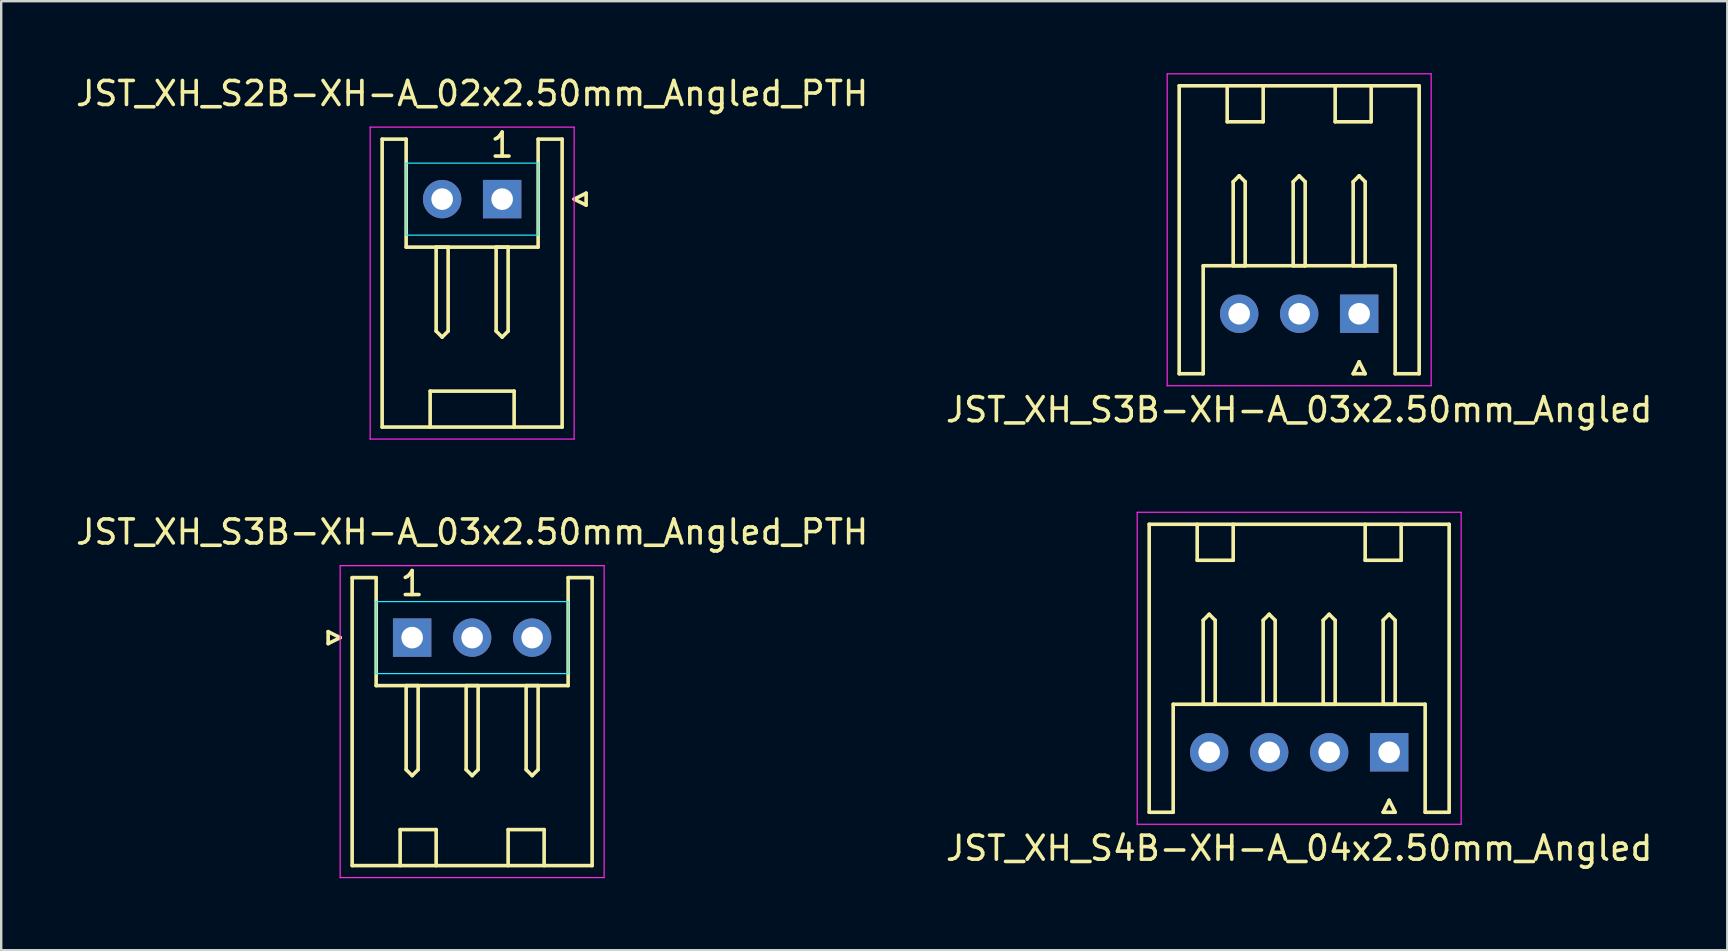
<source format=kicad_pcb>
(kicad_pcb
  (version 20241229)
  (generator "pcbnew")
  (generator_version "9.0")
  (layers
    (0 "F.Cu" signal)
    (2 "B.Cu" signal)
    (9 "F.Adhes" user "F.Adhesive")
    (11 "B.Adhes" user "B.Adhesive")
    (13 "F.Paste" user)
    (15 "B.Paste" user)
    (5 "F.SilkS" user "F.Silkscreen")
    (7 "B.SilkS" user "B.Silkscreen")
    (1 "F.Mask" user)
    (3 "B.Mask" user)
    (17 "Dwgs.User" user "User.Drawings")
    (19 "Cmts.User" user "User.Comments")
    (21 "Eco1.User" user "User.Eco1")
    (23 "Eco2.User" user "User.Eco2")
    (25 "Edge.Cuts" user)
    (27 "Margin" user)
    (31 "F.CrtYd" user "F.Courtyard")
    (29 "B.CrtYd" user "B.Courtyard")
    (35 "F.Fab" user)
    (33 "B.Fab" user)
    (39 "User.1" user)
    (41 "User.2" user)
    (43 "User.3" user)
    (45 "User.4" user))
  (footprint "JST_XH_S2B-XH-A_02x2.50mm_Angled_PTH"
    (layer "F.Cu")
    (at 17.875 5.248)
    (property "Reference" "JST_XH_S2B-XH-A_02x2.50mm_Angled_PTH" (at -1.25 -4.4 0) (layer "F.SilkS") (effects (font (size 1 1) (thickness 0.15))))
    (attr through_hole)
    (fp_line (start -5 -2.5) (end -5 9.5) (stroke (width 0.15) (type solid)) (layer "F.SilkS"))
    (fp_line (start -5 -2.5) (end -4 -2.5) (stroke (width 0.15) (type solid)) (layer "F.SilkS"))
    (fp_line (start -4 -2.5) (end -4 2) (stroke (width 0.15) (type solid)) (layer "F.SilkS"))
    (fp_line (start -3 8) (end 0.5 8) (stroke (width 0.15) (type solid)) (layer "F.SilkS"))
    (fp_line (start -3 9.5) (end -3 8) (stroke (width 0.15) (type solid)) (layer "F.SilkS"))
    (fp_line (start -2.75 2) (end -2.75 5.5) (stroke (width 0.15) (type solid)) (layer "F.SilkS"))
    (fp_line (start -2.75 5.5) (end -2.5 5.75) (stroke (width 0.15) (type solid)) (layer "F.SilkS"))
    (fp_line (start -2.5 5.75) (end -2.25 5.5) (stroke (width 0.15) (type solid)) (layer "F.SilkS"))
    (fp_line (start -2.25 2) (end -2.75 2) (stroke (width 0.15) (type solid)) (layer "F.SilkS"))
    (fp_line (start -2.25 5.5) (end -2.25 2) (stroke (width 0.15) (type solid)) (layer "F.SilkS"))
    (fp_line (start -0.25 2) (end -0.25 5.5) (stroke (width 0.15) (type solid)) (layer "F.SilkS"))
    (fp_line (start -0.25 5.5) (end 0 5.75) (stroke (width 0.15) (type solid)) (layer "F.SilkS"))
    (fp_line (start 0 5.75) (end 0.25 5.5) (stroke (width 0.15) (type solid)) (layer "F.SilkS"))
    (fp_line (start 0.25 2) (end -0.25 2) (stroke (width 0.15) (type solid)) (layer "F.SilkS"))
    (fp_line (start 0.25 5.5) (end 0.25 2) (stroke (width 0.15) (type solid)) (layer "F.SilkS"))
    (fp_line (start 0.5 9.5) (end 0.5 8) (stroke (width 0.15) (type solid)) (layer "F.SilkS"))
    (fp_line (start 1.5 -2.5) (end 2.5 -2.5) (stroke (width 0.15) (type solid)) (layer "F.SilkS"))
    (fp_line (start 1.5 2) (end -4 2) (stroke (width 0.15) (type solid)) (layer "F.SilkS"))
    (fp_line (start 1.5 2) (end 1.5 -2.5) (stroke (width 0.15) (type solid)) (layer "F.SilkS"))
    (fp_line (start 2.5 9.5) (end -5 9.5) (stroke (width 0.15) (type solid)) (layer "F.SilkS"))
    (fp_line (start 2.5 9.5) (end 2.5 -2.5) (stroke (width 0.15) (type solid)) (layer "F.SilkS"))
    (fp_line (start 3 0) (end 3.5 -0.25) (stroke (width 0.15) (type solid)) (layer "F.SilkS"))
    (fp_line (start 3.5 -0.25) (end 3.5 0.25) (stroke (width 0.15) (type solid)) (layer "F.SilkS"))
    (fp_line (start 3.5 0.25) (end 3 0) (stroke (width 0.15) (type solid)) (layer "F.SilkS"))
    (fp_line (start -4 -1.5) (end 1.5 -1.5) (stroke (width 0.05) (type solid)) (layer "B.CrtYd"))
    (fp_line (start -4 1.5) (end -4 -1.5) (stroke (width 0.05) (type solid)) (layer "B.CrtYd"))
    (fp_line (start 1.5 -1.5) (end 1.5 1.5) (stroke (width 0.05) (type solid)) (layer "B.CrtYd"))
    (fp_line (start 1.5 1.5) (end -4 1.5) (stroke (width 0.05) (type solid)) (layer "B.CrtYd"))
    (fp_line (start -5.5 -3) (end 3 -3) (stroke (width 0.05) (type solid)) (layer "F.CrtYd"))
    (fp_line (start -5.5 10) (end -5.5 -3) (stroke (width 0.05) (type solid)) (layer "F.CrtYd"))
    (fp_line (start 3 -3) (end 3 10) (stroke (width 0.05) (type solid)) (layer "F.CrtYd"))
    (fp_line (start 3 10) (end -5.5 10) (stroke (width 0.05) (type solid)) (layer "F.CrtYd"))
    (fp_text user "1" (at 0 -2.25 0) (layer "F.SilkS") (effects (font (size 1 1) (thickness 0.15))))
    (pad "1" thru_hole rect (at 0 0) (size 1.6 1.6) (drill 0.9) (layers "*.Cu" "*.Mask"))
    (pad "2" thru_hole circle (at -2.5 0) (size 1.6 1.6) (drill 0.9) (layers "*.Cu" "*.Mask")))
  (footprint "JST_XH_S4B-XH-A_04x2.50mm_Angled"
    (layer "F.Cu")
    (at 54.839 28.298)
    (property "Reference" "JST_XH_S4B-XH-A_04x2.50mm_Angled" (at -3.75 4 180) (layer "F.SilkS") (effects (font (size 1 1) (thickness 0.15))))
    (attr through_hole)
    (fp_line (start -10 -9.5) (end -10 2.5) (stroke (width 0.15) (type solid)) (layer "F.SilkS"))
    (fp_line (start -10 -9.5) (end 2.5 -9.5) (stroke (width 0.15) (type solid)) (layer "F.SilkS"))
    (fp_line (start -9 -2) (end -9 2.5) (stroke (width 0.15) (type solid)) (layer "F.SilkS"))
    (fp_line (start -9 -2) (end 1.5 -2) (stroke (width 0.15) (type solid)) (layer "F.SilkS"))
    (fp_line (start -9 2.5) (end -10 2.5) (stroke (width 0.15) (type solid)) (layer "F.SilkS"))
    (fp_line (start -8 -9.5) (end -8 -8) (stroke (width 0.15) (type solid)) (layer "F.SilkS"))
    (fp_line (start -8 -8) (end -6.5 -8) (stroke (width 0.15) (type solid)) (layer "F.SilkS"))
    (fp_line (start -7.75 -5.5) (end -7.75 -2) (stroke (width 0.15) (type solid)) (layer "F.SilkS"))
    (fp_line (start -7.75 -2) (end -7.25 -2) (stroke (width 0.15) (type solid)) (layer "F.SilkS"))
    (fp_line (start -7.5 -5.75) (end -7.75 -5.5) (stroke (width 0.15) (type solid)) (layer "F.SilkS"))
    (fp_line (start -7.25 -5.5) (end -7.5 -5.75) (stroke (width 0.15) (type solid)) (layer "F.SilkS"))
    (fp_line (start -7.25 -2) (end -7.25 -5.5) (stroke (width 0.15) (type solid)) (layer "F.SilkS"))
    (fp_line (start -6.5 -8) (end -6.5 -9.5) (stroke (width 0.15) (type solid)) (layer "F.SilkS"))
    (fp_line (start -5.25 -5.5) (end -5.25 -2) (stroke (width 0.15) (type solid)) (layer "F.SilkS"))
    (fp_line (start -5.25 -2) (end -4.75 -2) (stroke (width 0.15) (type solid)) (layer "F.SilkS"))
    (fp_line (start -5 -5.75) (end -5.25 -5.5) (stroke (width 0.15) (type solid)) (layer "F.SilkS"))
    (fp_line (start -4.75 -5.5) (end -5 -5.75) (stroke (width 0.15) (type solid)) (layer "F.SilkS"))
    (fp_line (start -4.75 -2) (end -4.75 -5.5) (stroke (width 0.15) (type solid)) (layer "F.SilkS"))
    (fp_line (start -2.75 -5.5) (end -2.75 -2) (stroke (width 0.15) (type solid)) (layer "F.SilkS"))
    (fp_line (start -2.75 -2) (end -2.25 -2) (stroke (width 0.15) (type solid)) (layer "F.SilkS"))
    (fp_line (start -2.5 -5.75) (end -2.75 -5.5) (stroke (width 0.15) (type solid)) (layer "F.SilkS"))
    (fp_line (start -2.25 -5.5) (end -2.5 -5.75) (stroke (width 0.15) (type solid)) (layer "F.SilkS"))
    (fp_line (start -2.25 -2) (end -2.25 -5.5) (stroke (width 0.15) (type solid)) (layer "F.SilkS"))
    (fp_line (start -1 -8) (end -1 -9.5) (stroke (width 0.15) (type solid)) (layer "F.SilkS"))
    (fp_line (start -0.25 -5.5) (end -0.25 -2) (stroke (width 0.15) (type solid)) (layer "F.SilkS"))
    (fp_line (start -0.25 -2) (end 0.25 -2) (stroke (width 0.15) (type solid)) (layer "F.SilkS"))
    (fp_line (start -0.25 2.5) (end 0 2) (stroke (width 0.15) (type solid)) (layer "F.SilkS"))
    (fp_line (start 0 -5.75) (end -0.25 -5.5) (stroke (width 0.15) (type solid)) (layer "F.SilkS"))
    (fp_line (start 0 2) (end 0.25 2.5) (stroke (width 0.15) (type solid)) (layer "F.SilkS"))
    (fp_line (start 0.25 -5.5) (end 0 -5.75) (stroke (width 0.15) (type solid)) (layer "F.SilkS"))
    (fp_line (start 0.25 -2) (end 0.25 -5.5) (stroke (width 0.15) (type solid)) (layer "F.SilkS"))
    (fp_line (start 0.25 2.5) (end -0.25 2.5) (stroke (width 0.15) (type solid)) (layer "F.SilkS"))
    (fp_line (start 0.5 -9.5) (end 0.5 -8) (stroke (width 0.15) (type solid)) (layer "F.SilkS"))
    (fp_line (start 0.5 -8) (end -1 -8) (stroke (width 0.15) (type solid)) (layer "F.SilkS"))
    (fp_line (start 1.5 2.5) (end 1.5 -2) (stroke (width 0.15) (type solid)) (layer "F.SilkS"))
    (fp_line (start 1.5 2.5) (end 2.5 2.5) (stroke (width 0.15) (type solid)) (layer "F.SilkS"))
    (fp_line (start 2.5 2.5) (end 2.5 -9.5) (stroke (width 0.15) (type solid)) (layer "F.SilkS"))
    (fp_line (start -10.5 -10) (end 3 -10) (stroke (width 0.05) (type solid)) (layer "F.CrtYd"))
    (fp_line (start -10.5 3) (end -10.5 -10) (stroke (width 0.05) (type solid)) (layer "F.CrtYd"))
    (fp_line (start 3 -10) (end 3 3) (stroke (width 0.05) (type solid)) (layer "F.CrtYd"))
    (fp_line (start 3 3) (end -10.5 3) (stroke (width 0.05) (type solid)) (layer "F.CrtYd"))
    (pad "1" thru_hole rect (at 0 0) (size 1.6 1.6) (drill 0.9) (layers "*.Cu" "*.Mask"))
    (pad "2" thru_hole circle (at -2.5 0) (size 1.6 1.6) (drill 0.9) (layers "*.Cu" "*.Mask"))
    (pad "3" thru_hole circle (at -5 0) (size 1.6 1.6) (drill 0.9) (layers "*.Cu" "*.Mask"))
    (pad "4" thru_hole circle (at -7.5 0) (size 1.6 1.6) (drill 0.9) (layers "*.Cu" "*.Mask")))
  (footprint "JST_XH_S3B-XH-A_03x2.50mm_Angled"
    (layer "F.Cu")
    (at 53.589 10.025)
    (property "Reference" "JST_XH_S3B-XH-A_03x2.50mm_Angled" (at -2.5 4 180) (layer "F.SilkS") (effects (font (size 1 1) (thickness 0.15))))
    (attr through_hole)
    (fp_line (start -7.5 -9.5) (end -7.5 2.5) (stroke (width 0.15) (type solid)) (layer "F.SilkS"))
    (fp_line (start -7.5 -9.5) (end 2.5 -9.5) (stroke (width 0.15) (type solid)) (layer "F.SilkS"))
    (fp_line (start -6.5 -2) (end -6.5 2.5) (stroke (width 0.15) (type solid)) (layer "F.SilkS"))
    (fp_line (start -6.5 -2) (end 1.5 -2) (stroke (width 0.15) (type solid)) (layer "F.SilkS"))
    (fp_line (start -6.5 2.5) (end -7.5 2.5) (stroke (width 0.15) (type solid)) (layer "F.SilkS"))
    (fp_line (start -5.5 -9.5) (end -5.5 -8) (stroke (width 0.15) (type solid)) (layer "F.SilkS"))
    (fp_line (start -5.5 -8) (end -4 -8) (stroke (width 0.15) (type solid)) (layer "F.SilkS"))
    (fp_line (start -5.25 -5.5) (end -5.25 -2) (stroke (width 0.15) (type solid)) (layer "F.SilkS"))
    (fp_line (start -5.25 -2) (end -4.75 -2) (stroke (width 0.15) (type solid)) (layer "F.SilkS"))
    (fp_line (start -5 -5.75) (end -5.25 -5.5) (stroke (width 0.15) (type solid)) (layer "F.SilkS"))
    (fp_line (start -4.75 -5.5) (end -5 -5.75) (stroke (width 0.15) (type solid)) (layer "F.SilkS"))
    (fp_line (start -4.75 -2) (end -4.75 -5.5) (stroke (width 0.15) (type solid)) (layer "F.SilkS"))
    (fp_line (start -4 -8) (end -4 -9.5) (stroke (width 0.15) (type solid)) (layer "F.SilkS"))
    (fp_line (start -2.75 -5.5) (end -2.75 -2) (stroke (width 0.15) (type solid)) (layer "F.SilkS"))
    (fp_line (start -2.75 -2) (end -2.25 -2) (stroke (width 0.15) (type solid)) (layer "F.SilkS"))
    (fp_line (start -2.5 -5.75) (end -2.75 -5.5) (stroke (width 0.15) (type solid)) (layer "F.SilkS"))
    (fp_line (start -2.25 -5.5) (end -2.5 -5.75) (stroke (width 0.15) (type solid)) (layer "F.SilkS"))
    (fp_line (start -2.25 -2) (end -2.25 -5.5) (stroke (width 0.15) (type solid)) (layer "F.SilkS"))
    (fp_line (start -1 -8) (end -1 -9.5) (stroke (width 0.15) (type solid)) (layer "F.SilkS"))
    (fp_line (start -0.25 -5.5) (end -0.25 -2) (stroke (width 0.15) (type solid)) (layer "F.SilkS"))
    (fp_line (start -0.25 -2) (end 0.25 -2) (stroke (width 0.15) (type solid)) (layer "F.SilkS"))
    (fp_line (start -0.25 2.5) (end 0 2) (stroke (width 0.15) (type solid)) (layer "F.SilkS"))
    (fp_line (start 0 -5.75) (end -0.25 -5.5) (stroke (width 0.15) (type solid)) (layer "F.SilkS"))
    (fp_line (start 0 2) (end 0.25 2.5) (stroke (width 0.15) (type solid)) (layer "F.SilkS"))
    (fp_line (start 0.25 -5.5) (end 0 -5.75) (stroke (width 0.15) (type solid)) (layer "F.SilkS"))
    (fp_line (start 0.25 -2) (end 0.25 -5.5) (stroke (width 0.15) (type solid)) (layer "F.SilkS"))
    (fp_line (start 0.25 2.5) (end -0.25 2.5) (stroke (width 0.15) (type solid)) (layer "F.SilkS"))
    (fp_line (start 0.5 -9.5) (end 0.5 -8) (stroke (width 0.15) (type solid)) (layer "F.SilkS"))
    (fp_line (start 0.5 -8) (end -1 -8) (stroke (width 0.15) (type solid)) (layer "F.SilkS"))
    (fp_line (start 1.5 2.5) (end 1.5 -2) (stroke (width 0.15) (type solid)) (layer "F.SilkS"))
    (fp_line (start 1.5 2.5) (end 2.5 2.5) (stroke (width 0.15) (type solid)) (layer "F.SilkS"))
    (fp_line (start 2.5 2.5) (end 2.5 -9.5) (stroke (width 0.15) (type solid)) (layer "F.SilkS"))
    (fp_line (start -8 -10) (end 3 -10) (stroke (width 0.05) (type solid)) (layer "F.CrtYd"))
    (fp_line (start -8 3) (end -8 -10) (stroke (width 0.05) (type solid)) (layer "F.CrtYd"))
    (fp_line (start 3 -10) (end 3 3) (stroke (width 0.05) (type solid)) (layer "F.CrtYd"))
    (fp_line (start 3 3) (end -8 3) (stroke (width 0.05) (type solid)) (layer "F.CrtYd"))
    (pad "1" thru_hole rect (at 0 0 180) (size 1.6 1.6) (drill 0.9) (layers "*.Cu" "*.Mask"))
    (pad "2" thru_hole circle (at -2.5 0 180) (size 1.6 1.6) (drill 0.9) (layers "*.Cu" "*.Mask"))
    (pad "3" thru_hole circle (at -5 0 180) (size 1.6 1.6) (drill 0.9) (layers "*.Cu" "*.Mask")))
  (footprint "JST_XH_S3B-XH-A_03x2.50mm_Angled_PTH"
    (layer "F.Cu")
    (at 14.125 23.521)
    (property "Reference" "JST_XH_S3B-XH-A_03x2.50mm_Angled_PTH" (at 2.5 -4.4 0) (layer "F.SilkS") (effects (font (size 1 1) (thickness 0.15))))
    (attr through_hole)
    (fp_line (start -3.5 -0.25) (end -3 0) (stroke (width 0.15) (type solid)) (layer "F.SilkS"))
    (fp_line (start -3.5 0.25) (end -3.5 -0.25) (stroke (width 0.15) (type solid)) (layer "F.SilkS"))
    (fp_line (start -3 0) (end -3.5 0.25) (stroke (width 0.15) (type solid)) (layer "F.SilkS"))
    (fp_line (start -2.5 -2.5) (end -2.5 9.5) (stroke (width 0.15) (type solid)) (layer "F.SilkS"))
    (fp_line (start -1.5 -2.5) (end -2.5 -2.5) (stroke (width 0.15) (type solid)) (layer "F.SilkS"))
    (fp_line (start -1.5 -2.5) (end -1.5 2) (stroke (width 0.15) (type solid)) (layer "F.SilkS"))
    (fp_line (start -0.5 8) (end 1 8) (stroke (width 0.15) (type solid)) (layer "F.SilkS"))
    (fp_line (start -0.5 9.5) (end -0.5 8) (stroke (width 0.15) (type solid)) (layer "F.SilkS"))
    (fp_line (start -0.25 2) (end -0.25 5.5) (stroke (width 0.15) (type solid)) (layer "F.SilkS"))
    (fp_line (start -0.25 5.5) (end 0 5.75) (stroke (width 0.15) (type solid)) (layer "F.SilkS"))
    (fp_line (start 0 5.75) (end 0.25 5.5) (stroke (width 0.15) (type solid)) (layer "F.SilkS"))
    (fp_line (start 0.25 2) (end -0.25 2) (stroke (width 0.15) (type solid)) (layer "F.SilkS"))
    (fp_line (start 0.25 5.5) (end 0.25 2) (stroke (width 0.15) (type solid)) (layer "F.SilkS"))
    (fp_line (start 1 8) (end 1 9.5) (stroke (width 0.15) (type solid)) (layer "F.SilkS"))
    (fp_line (start 2.25 2) (end 2.25 5.5) (stroke (width 0.15) (type solid)) (layer "F.SilkS"))
    (fp_line (start 2.25 5.5) (end 2.5 5.75) (stroke (width 0.15) (type solid)) (layer "F.SilkS"))
    (fp_line (start 2.5 5.75) (end 2.75 5.5) (stroke (width 0.15) (type solid)) (layer "F.SilkS"))
    (fp_line (start 2.75 2) (end 2.25 2) (stroke (width 0.15) (type solid)) (layer "F.SilkS"))
    (fp_line (start 2.75 5.5) (end 2.75 2) (stroke (width 0.15) (type solid)) (layer "F.SilkS"))
    (fp_line (start 4 8) (end 4 9.5) (stroke (width 0.15) (type solid)) (layer "F.SilkS"))
    (fp_line (start 4.75 2) (end 4.75 5.5) (stroke (width 0.15) (type solid)) (layer "F.SilkS"))
    (fp_line (start 4.75 5.5) (end 5 5.75) (stroke (width 0.15) (type solid)) (layer "F.SilkS"))
    (fp_line (start 5 5.75) (end 5.25 5.5) (stroke (width 0.15) (type solid)) (layer "F.SilkS"))
    (fp_line (start 5.25 2) (end 4.75 2) (stroke (width 0.15) (type solid)) (layer "F.SilkS"))
    (fp_line (start 5.25 5.5) (end 5.25 2) (stroke (width 0.15) (type solid)) (layer "F.SilkS"))
    (fp_line (start 5.5 8) (end 4 8) (stroke (width 0.15) (type solid)) (layer "F.SilkS"))
    (fp_line (start 5.5 9.5) (end 5.5 8) (stroke (width 0.15) (type solid)) (layer "F.SilkS"))
    (fp_line (start 6.5 -2.5) (end 7.5 -2.5) (stroke (width 0.15) (type solid)) (layer "F.SilkS"))
    (fp_line (start 6.5 2) (end -1.5 2) (stroke (width 0.15) (type solid)) (layer "F.SilkS"))
    (fp_line (start 6.5 2) (end 6.5 -2.5) (stroke (width 0.15) (type solid)) (layer "F.SilkS"))
    (fp_line (start 7.5 9.5) (end -2.5 9.5) (stroke (width 0.15) (type solid)) (layer "F.SilkS"))
    (fp_line (start 7.5 9.5) (end 7.5 -2.5) (stroke (width 0.15) (type solid)) (layer "F.SilkS"))
    (fp_line (start -1.5 -1.5) (end 6.5 -1.5) (stroke (width 0.05) (type solid)) (layer "B.CrtYd"))
    (fp_line (start -1.5 1.5) (end -1.5 -1.5) (stroke (width 0.05) (type solid)) (layer "B.CrtYd"))
    (fp_line (start 6.5 -1.5) (end 6.5 1.5) (stroke (width 0.05) (type solid)) (layer "B.CrtYd"))
    (fp_line (start 6.5 1.5) (end -1.5 1.5) (stroke (width 0.05) (type solid)) (layer "B.CrtYd"))
    (fp_line (start -3 -3) (end 8 -3) (stroke (width 0.05) (type solid)) (layer "F.CrtYd"))
    (fp_line (start -3 10) (end -3 -3) (stroke (width 0.05) (type solid)) (layer "F.CrtYd"))
    (fp_line (start 8 -3) (end 8 10) (stroke (width 0.05) (type solid)) (layer "F.CrtYd"))
    (fp_line (start 8 10) (end -3 10) (stroke (width 0.05) (type solid)) (layer "F.CrtYd"))
    (fp_text user "1" (at 0 -2.25 0) (layer "F.SilkS") (effects (font (size 1 1) (thickness 0.15))))
    (pad "1" thru_hole rect (at 0 0) (size 1.6 1.6) (drill 0.9) (layers "*.Cu" "*.Mask"))
    (pad "2" thru_hole circle (at 2.5 0) (size 1.6 1.6) (drill 0.9) (layers "*.Cu" "*.Mask"))
    (pad "3" thru_hole circle (at 5 0) (size 1.6 1.6) (drill 0.9) (layers "*.Cu" "*.Mask")))
  (gr_rect
    (start -3 -3)
    (end 68.929 36.547)
    (stroke (width 0.1) (type default))
    (fill no)
    (layer "Edge.Cuts")))
</source>
